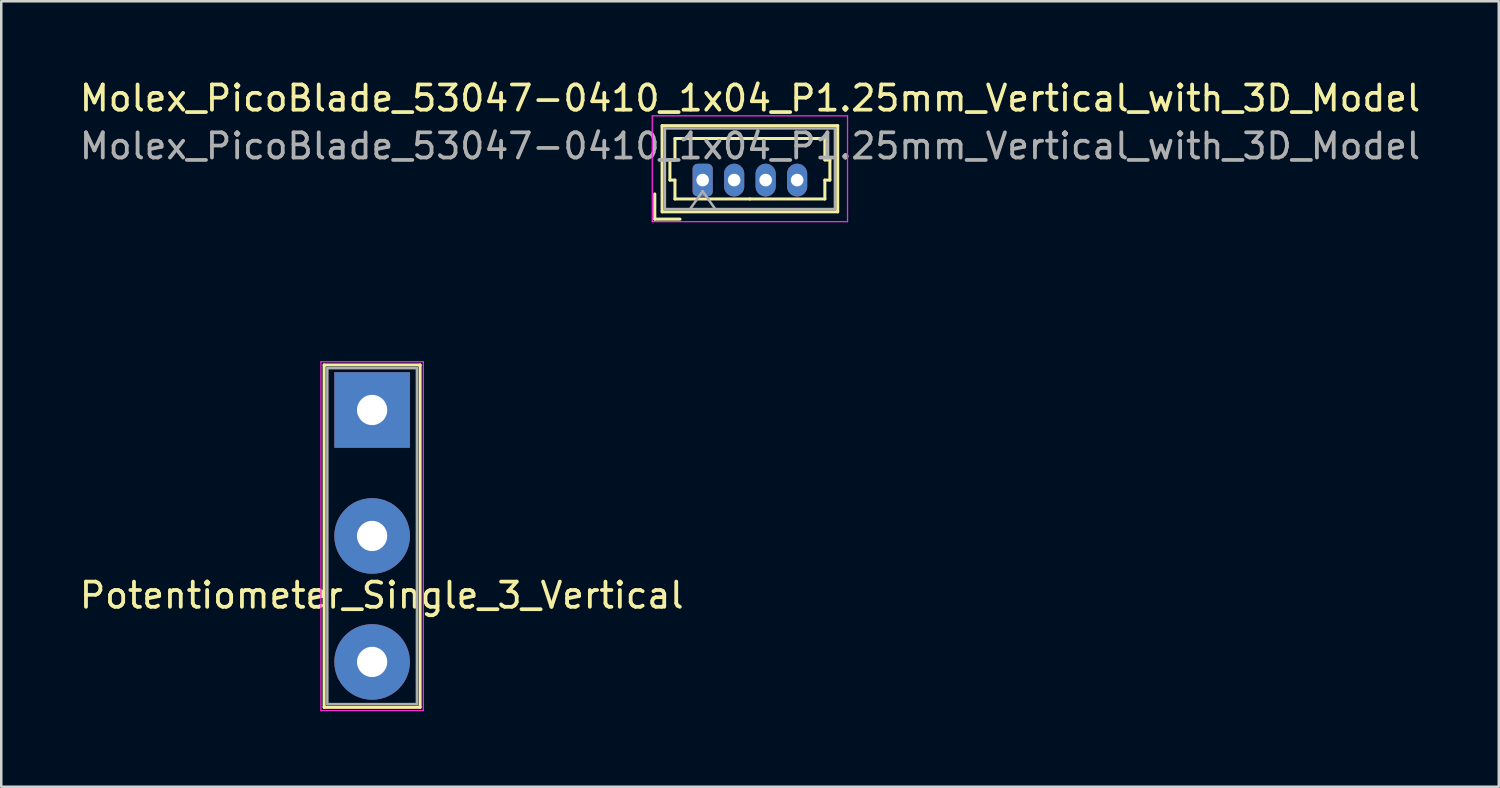
<source format=kicad_pcb>
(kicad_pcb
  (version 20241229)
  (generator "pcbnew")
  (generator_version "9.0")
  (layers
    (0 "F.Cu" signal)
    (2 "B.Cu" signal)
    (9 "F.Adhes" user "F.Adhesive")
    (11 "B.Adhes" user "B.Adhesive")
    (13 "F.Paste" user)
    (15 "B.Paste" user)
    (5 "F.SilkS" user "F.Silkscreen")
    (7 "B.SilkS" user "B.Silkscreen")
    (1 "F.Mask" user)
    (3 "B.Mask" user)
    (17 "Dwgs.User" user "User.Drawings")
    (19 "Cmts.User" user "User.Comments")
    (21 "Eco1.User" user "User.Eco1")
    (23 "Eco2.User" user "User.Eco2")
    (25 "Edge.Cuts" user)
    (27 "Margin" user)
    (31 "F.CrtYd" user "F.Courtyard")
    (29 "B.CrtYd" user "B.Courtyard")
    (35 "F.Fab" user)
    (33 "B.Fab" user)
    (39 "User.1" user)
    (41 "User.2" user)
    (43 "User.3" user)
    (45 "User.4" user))
  (footprint "Potentiometer_Single_3_Vertical"
    (layer "F.Cu")
    (at 11.72 9.023)
    (property "Reference" "Potentiometer_Single_3_Vertical" (at 0.381 11.557 0) (unlocked yes) (layer "F.SilkS") (effects (font (size 1 1) (thickness 0.15))))
    (attr through_hole)
    (fp_line (start -1.905 16.002) (end -1.905 2.413) (stroke (width 0.12) (type solid)) (layer "F.SilkS"))
    (fp_line (start 1.905 2.413) (end -1.905 2.413) (stroke (width 0.12) (type solid)) (layer "F.SilkS"))
    (fp_line (start 1.905 16.002) (end -1.905 16.002) (stroke (width 0.12) (type solid)) (layer "F.SilkS"))
    (fp_line (start 1.905 16.002) (end 1.905 2.413) (stroke (width 0.12) (type solid)) (layer "F.SilkS"))
    (fp_line (start -2.032 16.129) (end -2.032 2.286) (stroke (width 0.05) (type solid)) (layer "F.CrtYd"))
    (fp_line (start -2.032 16.129) (end 2.032 16.129) (stroke (width 0.05) (type solid)) (layer "F.CrtYd"))
    (fp_line (start 2.032 2.286) (end -2.032 2.286) (stroke (width 0.05) (type solid)) (layer "F.CrtYd"))
    (fp_line (start 2.032 16.129) (end 2.032 2.286) (stroke (width 0.05) (type solid)) (layer "F.CrtYd"))
    (fp_line (start -1.778 2.54) (end -1.778 15.875) (stroke (width 0.1) (type solid)) (layer "F.Fab"))
    (fp_line (start -1.778 15.875) (end 1.778 15.875) (stroke (width 0.1) (type solid)) (layer "F.Fab"))
    (fp_line (start 1.778 2.54) (end -1.778 2.54) (stroke (width 0.1) (type solid)) (layer "F.Fab"))
    (fp_line (start 1.778 15.875) (end 1.778 2.54) (stroke (width 0.1) (type solid)) (layer "F.Fab"))
    (pad "1" thru_hole rect (at 0 4.2 180) (size 3 3) (drill 1.2) (layers "*.Cu" "*.Mask"))
    (pad "2" thru_hole circle (at 0 9.2 180) (size 3 3) (drill 1.2) (layers "*.Cu" "*.Mask"))
    (pad "3" thru_hole circle (at 0 14.2 180) (size 3 3) (drill 1.2) (layers "*.Cu" "*.Mask")))
  (footprint "Molex_PicoBlade_53047-0410_1x04_P1.25mm_Vertical_with_3D_Model"
    (layer "F.Cu")
    (at 24.84 4.098)
    (property "Reference" "Molex_PicoBlade_53047-0410_1x04_P1.25mm_Vertical_with_3D_Model" (at 1.88 -3.25 0) (layer "F.SilkS") (effects (font (size 1 1) (thickness 0.15))))
    (attr through_hole)
    (fp_line (start -1.9 1.55) (end -1.9 0.55) (stroke (width 0.12) (type solid)) (layer "F.SilkS"))
    (fp_line (start -1.9 1.55) (end -0.9 1.55) (stroke (width 0.12) (type solid)) (layer "F.SilkS"))
    (fp_line (start -1.61 -2.16) (end -1.61 1.26) (stroke (width 0.12) (type solid)) (layer "F.SilkS"))
    (fp_line (start -1.61 1.26) (end 5.36 1.26) (stroke (width 0.12) (type solid)) (layer "F.SilkS"))
    (fp_line (start -1.3 -0.8) (end -1.1 -0.8) (stroke (width 0.12) (type solid)) (layer "F.SilkS"))
    (fp_line (start -1.3 0) (end -1.3 -0.8) (stroke (width 0.12) (type solid)) (layer "F.SilkS"))
    (fp_line (start -1.1 -1.65) (end 1.875 -1.65) (stroke (width 0.12) (type solid)) (layer "F.SilkS"))
    (fp_line (start -1.1 -0.8) (end -1.1 -1.65) (stroke (width 0.12) (type solid)) (layer "F.SilkS"))
    (fp_line (start -1.1 0) (end -1.3 0) (stroke (width 0.12) (type solid)) (layer "F.SilkS"))
    (fp_line (start -1.1 0.75) (end -1.1 0) (stroke (width 0.12) (type solid)) (layer "F.SilkS"))
    (fp_line (start 1.875 0.75) (end -1.1 0.75) (stroke (width 0.12) (type solid)) (layer "F.SilkS"))
    (fp_line (start 1.875 0.75) (end 4.85 0.75) (stroke (width 0.12) (type solid)) (layer "F.SilkS"))
    (fp_line (start 4.85 -1.65) (end 1.875 -1.65) (stroke (width 0.12) (type solid)) (layer "F.SilkS"))
    (fp_line (start 4.85 -0.8) (end 4.85 -1.65) (stroke (width 0.12) (type solid)) (layer "F.SilkS"))
    (fp_line (start 4.85 0) (end 5.05 0) (stroke (width 0.12) (type solid)) (layer "F.SilkS"))
    (fp_line (start 4.85 0.75) (end 4.85 0) (stroke (width 0.12) (type solid)) (layer "F.SilkS"))
    (fp_line (start 5.05 -0.8) (end 4.85 -0.8) (stroke (width 0.12) (type solid)) (layer "F.SilkS"))
    (fp_line (start 5.05 0) (end 5.05 -0.8) (stroke (width 0.12) (type solid)) (layer "F.SilkS"))
    (fp_line (start 5.36 -2.16) (end -1.61 -2.16) (stroke (width 0.12) (type solid)) (layer "F.SilkS"))
    (fp_line (start 5.36 1.26) (end 5.36 -2.16) (stroke (width 0.12) (type solid)) (layer "F.SilkS"))
    (fp_line (start -2 -2.55) (end -2 1.65) (stroke (width 0.05) (type solid)) (layer "F.CrtYd"))
    (fp_line (start -2 1.65) (end 5.75 1.65) (stroke (width 0.05) (type solid)) (layer "F.CrtYd"))
    (fp_line (start 5.75 -2.55) (end -2 -2.55) (stroke (width 0.05) (type solid)) (layer "F.CrtYd"))
    (fp_line (start 5.75 1.65) (end 5.75 -2.55) (stroke (width 0.05) (type solid)) (layer "F.CrtYd"))
    (fp_line (start -1.5 -2.05) (end -1.5 1.15) (stroke (width 0.1) (type solid)) (layer "F.Fab"))
    (fp_line (start -1.5 1.15) (end 5.25 1.15) (stroke (width 0.1) (type solid)) (layer "F.Fab"))
    (fp_line (start -0.5 1.15) (end 0 0.443) (stroke (width 0.1) (type solid)) (layer "F.Fab"))
    (fp_line (start 0 0.443) (end 0.5 1.15) (stroke (width 0.1) (type solid)) (layer "F.Fab"))
    (fp_line (start 5.25 -2.05) (end -1.5 -2.05) (stroke (width 0.1) (type solid)) (layer "F.Fab"))
    (fp_line (start 5.25 1.15) (end 5.25 -2.05) (stroke (width 0.1) (type solid)) (layer "F.Fab"))
    (fp_text user "${REFERENCE}" (at 1.88 -1.35 0) (layer "F.Fab") (effects (font (size 1 1) (thickness 0.15))))
    (pad "1" thru_hole roundrect (at 0 0) (size 0.8 1.3) (drill 0.5) (layers "*.Cu" "*.Mask") (roundrect_rratio 0.25))
    (pad "2" thru_hole oval (at 1.25 0) (size 0.8 1.3) (drill 0.5) (layers "*.Cu" "*.Mask"))
    (pad "3" thru_hole oval (at 2.5 0) (size 0.8 1.3) (drill 0.5) (layers "*.Cu" "*.Mask"))
    (pad "4" thru_hole oval (at 3.75 0) (size 0.8 1.3) (drill 0.5) (layers "*.Cu" "*.Mask")))
  (gr_rect
    (start -3 -3)
    (end 56.44 28.177)
    (stroke (width 0.1) (type default))
    (fill no)
    (layer "Edge.Cuts")))
</source>
